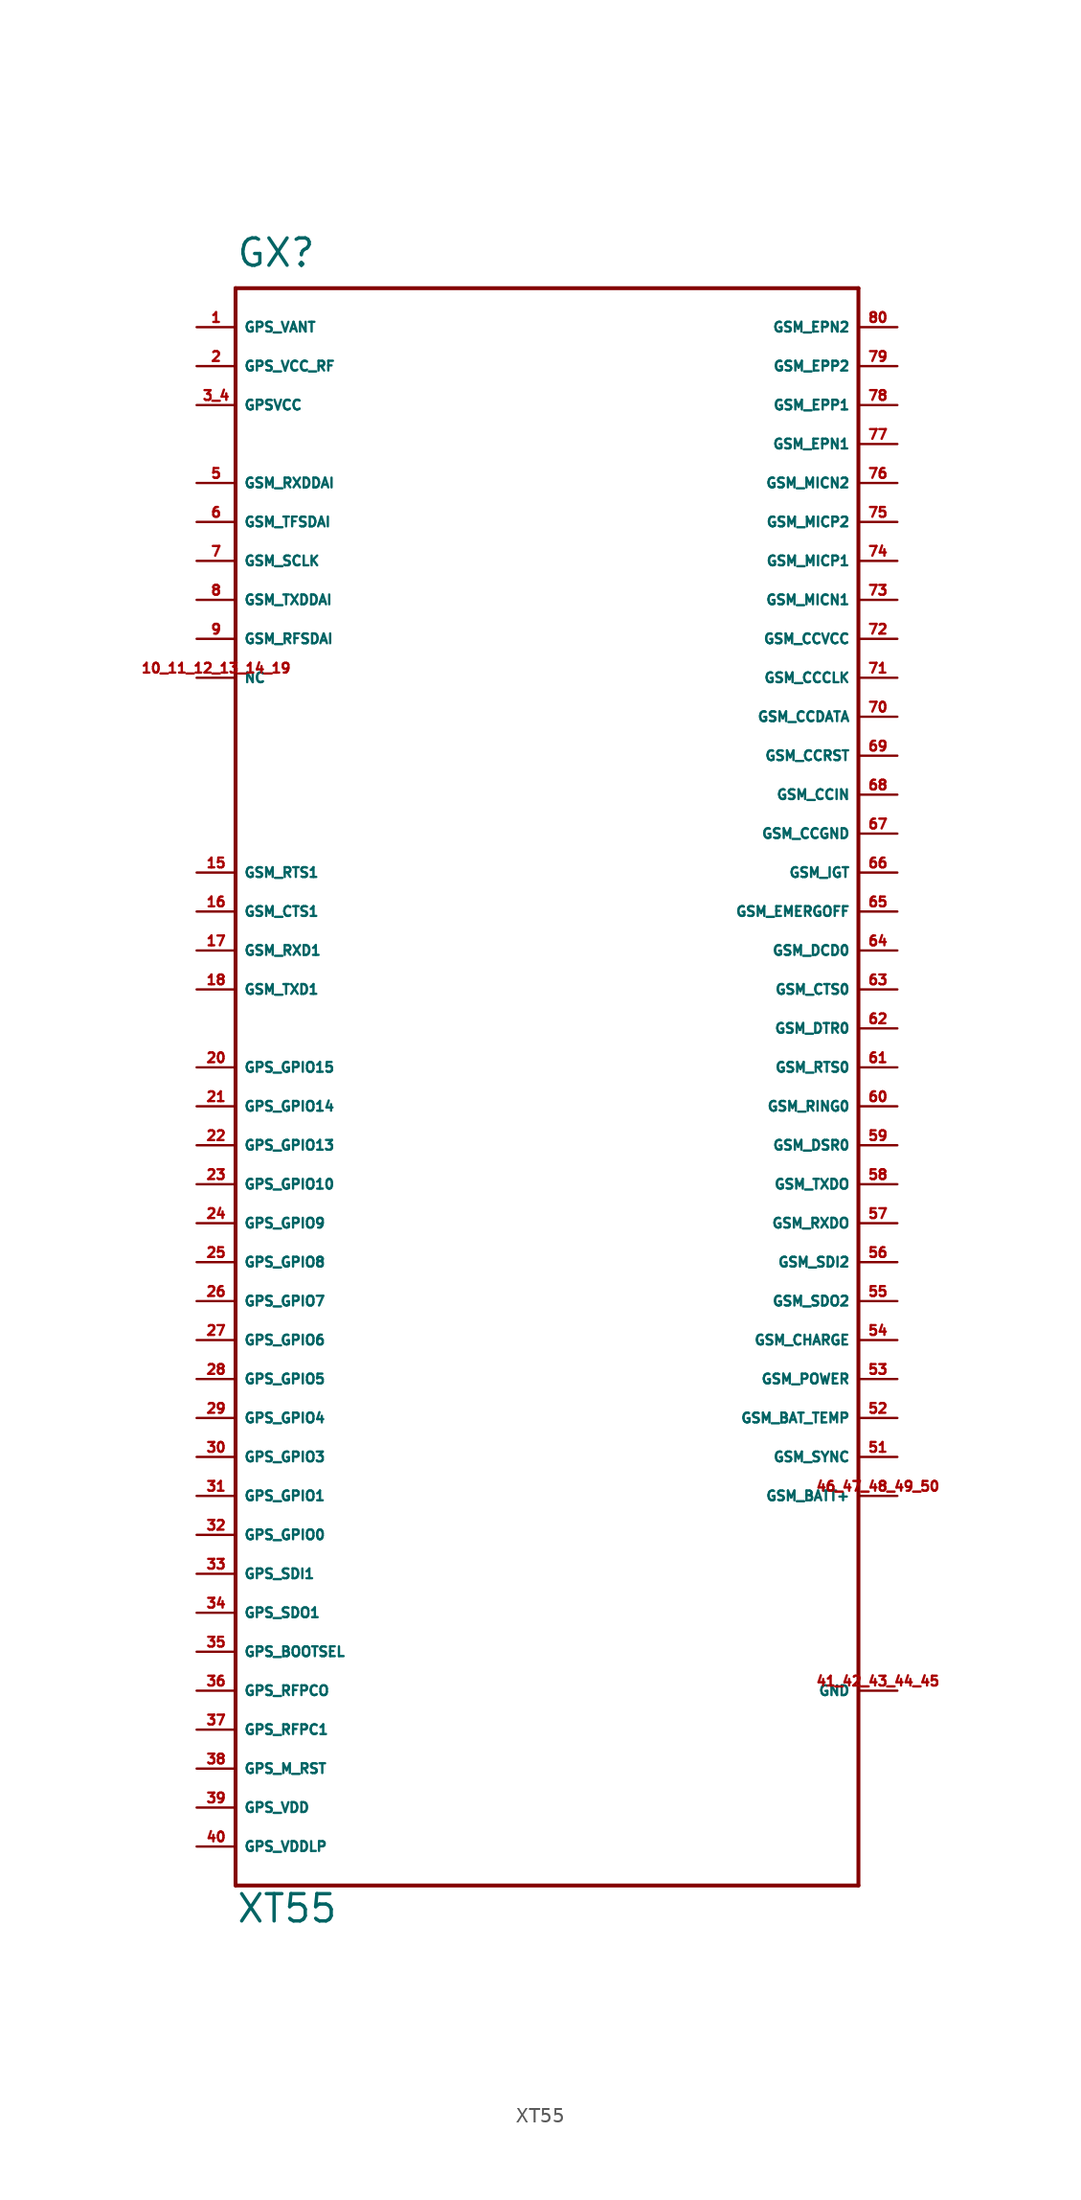
<source format=kicad_sym>
(kicad_symbol_lib
  (version 20220914)
  (generator Eagle2Kicad)
  (symbol "XT55"
    (property "Reference" "GX"
      (at -20.32 52.07 0)
      (effects (font (size 1.778 1.778) (thickness 0.22)) (justify left bottom)))
    (property "Value" "XT55"
      (at -20.32 -55.88 0)
      (effects (font (size 1.778 1.778) (thickness 0.22)) (justify left bottom)))
    (polyline
      (pts (xy -20.32 50.8) (xy 20.32 50.8))
      (stroke (width 0.254) (type default))
      (fill (type none)))
    (polyline
      (pts (xy 20.32 50.8) (xy 20.32 -53.34))
      (stroke (width 0.254) (type default))
      (fill (type none)))
    (polyline
      (pts (xy 20.32 -53.34) (xy -20.32 -53.34))
      (stroke (width 0.254) (type default))
      (fill (type none)))
    (polyline
      (pts (xy -20.32 -53.34) (xy -20.32 50.8))
      (stroke (width 0.254) (type default))
      (fill (type none)))
    (pin passive line
      (at -22.86 48.26 0)
      (length 2.54)
      (name "GPS_VANT" (effects (font (size 0.635 0.635) (thickness 0.08)) (justify left bottom)))
      (number "1" (effects (font (size 0.635 0.635) (thickness 0.08)) (justify left bottom))))
    (pin passive line
      (at -22.86 45.72 0)
      (length 2.54)
      (name "GPS_VCC_RF" (effects (font (size 0.635 0.635) (thickness 0.08)) (justify left bottom)))
      (number "2" (effects (font (size 0.635 0.635) (thickness 0.08)) (justify left bottom))))
    (pin passive line
      (at -22.86 43.18 0)
      (length 2.54)
      (name "GPSVCC" (effects (font (size 0.635 0.635) (thickness 0.08)) (justify left bottom)))
      (number "3 4" (effects (font (size 0.635 0.635) (thickness 0.08)) (justify left bottom))))
    (pin passive line
      (at -22.86 38.1 0)
      (length 2.54)
      (name "GSM_RXDDAI" (effects (font (size 0.635 0.635) (thickness 0.08)) (justify left bottom)))
      (number "5" (effects (font (size 0.635 0.635) (thickness 0.08)) (justify left bottom))))
    (pin passive line
      (at -22.86 35.56 0)
      (length 2.54)
      (name "GSM_TFSDAI" (effects (font (size 0.635 0.635) (thickness 0.08)) (justify left bottom)))
      (number "6" (effects (font (size 0.635 0.635) (thickness 0.08)) (justify left bottom))))
    (pin passive line
      (at -22.86 33.02 0)
      (length 2.54)
      (name "GSM_SCLK" (effects (font (size 0.635 0.635) (thickness 0.08)) (justify left bottom)))
      (number "7" (effects (font (size 0.635 0.635) (thickness 0.08)) (justify left bottom))))
    (pin passive line
      (at -22.86 30.48 0)
      (length 2.54)
      (name "GSM_TXDDAI" (effects (font (size 0.635 0.635) (thickness 0.08)) (justify left bottom)))
      (number "8" (effects (font (size 0.635 0.635) (thickness 0.08)) (justify left bottom))))
    (pin passive line
      (at -22.86 27.94 0)
      (length 2.54)
      (name "GSM_RFSDAI" (effects (font (size 0.635 0.635) (thickness 0.08)) (justify left bottom)))
      (number "9" (effects (font (size 0.635 0.635) (thickness 0.08)) (justify left bottom))))
    (pin passive line
      (at -22.86 25.4 0)
      (length 2.54)
      (name "NC" (effects (font (size 0.635 0.635) (thickness 0.08)) (justify left bottom)))
      (number "10 11 12 13 14 19" (effects (font (size 0.635 0.635) (thickness 0.08)) (justify left bottom))))
    (pin passive line
      (at -22.86 12.7 0)
      (length 2.54)
      (name "GSM_RTS1" (effects (font (size 0.635 0.635) (thickness 0.08)) (justify left bottom)))
      (number "15" (effects (font (size 0.635 0.635) (thickness 0.08)) (justify left bottom))))
    (pin passive line
      (at -22.86 10.16 0)
      (length 2.54)
      (name "GSM_CTS1" (effects (font (size 0.635 0.635) (thickness 0.08)) (justify left bottom)))
      (number "16" (effects (font (size 0.635 0.635) (thickness 0.08)) (justify left bottom))))
    (pin passive line
      (at -22.86 7.62 0)
      (length 2.54)
      (name "GSM_RXD1" (effects (font (size 0.635 0.635) (thickness 0.08)) (justify left bottom)))
      (number "17" (effects (font (size 0.635 0.635) (thickness 0.08)) (justify left bottom))))
    (pin passive line
      (at -22.86 5.08 0)
      (length 2.54)
      (name "GSM_TXD1" (effects (font (size 0.635 0.635) (thickness 0.08)) (justify left bottom)))
      (number "18" (effects (font (size 0.635 0.635) (thickness 0.08)) (justify left bottom))))
    (pin passive line
      (at -22.86 -30.48 0)
      (length 2.54)
      (name "GPS_GPIO0" (effects (font (size 0.635 0.635) (thickness 0.08)) (justify left bottom)))
      (number "32" (effects (font (size 0.635 0.635) (thickness 0.08)) (justify left bottom))))
    (pin passive line
      (at -22.86 -27.94 0)
      (length 2.54)
      (name "GPS_GPIO1" (effects (font (size 0.635 0.635) (thickness 0.08)) (justify left bottom)))
      (number "31" (effects (font (size 0.635 0.635) (thickness 0.08)) (justify left bottom))))
    (pin passive line
      (at -22.86 -25.4 0)
      (length 2.54)
      (name "GPS_GPIO3" (effects (font (size 0.635 0.635) (thickness 0.08)) (justify left bottom)))
      (number "30" (effects (font (size 0.635 0.635) (thickness 0.08)) (justify left bottom))))
    (pin passive line
      (at -22.86 -22.86 0)
      (length 2.54)
      (name "GPS_GPIO4" (effects (font (size 0.635 0.635) (thickness 0.08)) (justify left bottom)))
      (number "29" (effects (font (size 0.635 0.635) (thickness 0.08)) (justify left bottom))))
    (pin passive line
      (at -22.86 -20.32 0)
      (length 2.54)
      (name "GPS_GPIO5" (effects (font (size 0.635 0.635) (thickness 0.08)) (justify left bottom)))
      (number "28" (effects (font (size 0.635 0.635) (thickness 0.08)) (justify left bottom))))
    (pin passive line
      (at -22.86 -17.78 0)
      (length 2.54)
      (name "GPS_GPIO6" (effects (font (size 0.635 0.635) (thickness 0.08)) (justify left bottom)))
      (number "27" (effects (font (size 0.635 0.635) (thickness 0.08)) (justify left bottom))))
    (pin passive line
      (at -22.86 -15.24 0)
      (length 2.54)
      (name "GPS_GPIO7" (effects (font (size 0.635 0.635) (thickness 0.08)) (justify left bottom)))
      (number "26" (effects (font (size 0.635 0.635) (thickness 0.08)) (justify left bottom))))
    (pin passive line
      (at -22.86 -12.7 0)
      (length 2.54)
      (name "GPS_GPIO8" (effects (font (size 0.635 0.635) (thickness 0.08)) (justify left bottom)))
      (number "25" (effects (font (size 0.635 0.635) (thickness 0.08)) (justify left bottom))))
    (pin passive line
      (at -22.86 -10.16 0)
      (length 2.54)
      (name "GPS_GPIO9" (effects (font (size 0.635 0.635) (thickness 0.08)) (justify left bottom)))
      (number "24" (effects (font (size 0.635 0.635) (thickness 0.08)) (justify left bottom))))
    (pin passive line
      (at -22.86 -7.62 0)
      (length 2.54)
      (name "GPS_GPIO10" (effects (font (size 0.635 0.635) (thickness 0.08)) (justify left bottom)))
      (number "23" (effects (font (size 0.635 0.635) (thickness 0.08)) (justify left bottom))))
    (pin passive line
      (at -22.86 -5.08 0)
      (length 2.54)
      (name "GPS_GPIO13" (effects (font (size 0.635 0.635) (thickness 0.08)) (justify left bottom)))
      (number "22" (effects (font (size 0.635 0.635) (thickness 0.08)) (justify left bottom))))
    (pin passive line
      (at -22.86 -2.54 0)
      (length 2.54)
      (name "GPS_GPIO14" (effects (font (size 0.635 0.635) (thickness 0.08)) (justify left bottom)))
      (number "21" (effects (font (size 0.635 0.635) (thickness 0.08)) (justify left bottom))))
    (pin passive line
      (at -22.86 0 0)
      (length 2.54)
      (name "GPS_GPIO15" (effects (font (size 0.635 0.635) (thickness 0.08)) (justify left bottom)))
      (number "20" (effects (font (size 0.635 0.635) (thickness 0.08)) (justify left bottom))))
    (pin passive line
      (at -22.86 -33.02 0)
      (length 2.54)
      (name "GPS_SDI1" (effects (font (size 0.635 0.635) (thickness 0.08)) (justify left bottom)))
      (number "33" (effects (font (size 0.635 0.635) (thickness 0.08)) (justify left bottom))))
    (pin passive line
      (at -22.86 -35.56 0)
      (length 2.54)
      (name "GPS_SDO1" (effects (font (size 0.635 0.635) (thickness 0.08)) (justify left bottom)))
      (number "34" (effects (font (size 0.635 0.635) (thickness 0.08)) (justify left bottom))))
    (pin passive line
      (at -22.86 -38.1 0)
      (length 2.54)
      (name "GPS_BOOTSEL" (effects (font (size 0.635 0.635) (thickness 0.08)) (justify left bottom)))
      (number "35" (effects (font (size 0.635 0.635) (thickness 0.08)) (justify left bottom))))
    (pin passive line
      (at -22.86 -40.64 0)
      (length 2.54)
      (name "GPS_RFPCO" (effects (font (size 0.635 0.635) (thickness 0.08)) (justify left bottom)))
      (number "36" (effects (font (size 0.635 0.635) (thickness 0.08)) (justify left bottom))))
    (pin passive line
      (at -22.86 -43.18 0)
      (length 2.54)
      (name "GPS_RFPC1" (effects (font (size 0.635 0.635) (thickness 0.08)) (justify left bottom)))
      (number "37" (effects (font (size 0.635 0.635) (thickness 0.08)) (justify left bottom))))
    (pin passive line
      (at -22.86 -45.72 0)
      (length 2.54)
      (name "GPS_M_RST" (effects (font (size 0.635 0.635) (thickness 0.08)) (justify left bottom)))
      (number "38" (effects (font (size 0.635 0.635) (thickness 0.08)) (justify left bottom))))
    (pin passive line
      (at -22.86 -48.26 0)
      (length 2.54)
      (name "GPS_VDD" (effects (font (size 0.635 0.635) (thickness 0.08)) (justify left bottom)))
      (number "39" (effects (font (size 0.635 0.635) (thickness 0.08)) (justify left bottom))))
    (pin passive line
      (at -22.86 -50.8 0)
      (length 2.54)
      (name "GPS_VDDLP" (effects (font (size 0.635 0.635) (thickness 0.08)) (justify left bottom)))
      (number "40" (effects (font (size 0.635 0.635) (thickness 0.08)) (justify left bottom))))
    (pin passive line
      (at 22.86 48.26 180)
      (length 2.54)
      (name "GSM_EPN2" (effects (font (size 0.635 0.635) (thickness 0.08)) (justify left bottom)))
      (number "80" (effects (font (size 0.635 0.635) (thickness 0.08)) (justify left bottom))))
    (pin passive line
      (at 22.86 45.72 180)
      (length 2.54)
      (name "GSM_EPP2" (effects (font (size 0.635 0.635) (thickness 0.08)) (justify left bottom)))
      (number "79" (effects (font (size 0.635 0.635) (thickness 0.08)) (justify left bottom))))
    (pin passive line
      (at 22.86 43.18 180)
      (length 2.54)
      (name "GSM_EPP1" (effects (font (size 0.635 0.635) (thickness 0.08)) (justify left bottom)))
      (number "78" (effects (font (size 0.635 0.635) (thickness 0.08)) (justify left bottom))))
    (pin passive line
      (at 22.86 40.64 180)
      (length 2.54)
      (name "GSM_EPN1" (effects (font (size 0.635 0.635) (thickness 0.08)) (justify left bottom)))
      (number "77" (effects (font (size 0.635 0.635) (thickness 0.08)) (justify left bottom))))
    (pin passive line
      (at 22.86 38.1 180)
      (length 2.54)
      (name "GSM_MICN2" (effects (font (size 0.635 0.635) (thickness 0.08)) (justify left bottom)))
      (number "76" (effects (font (size 0.635 0.635) (thickness 0.08)) (justify left bottom))))
    (pin passive line
      (at 22.86 30.48 180)
      (length 2.54)
      (name "GSM_MICN1" (effects (font (size 0.635 0.635) (thickness 0.08)) (justify left bottom)))
      (number "73" (effects (font (size 0.635 0.635) (thickness 0.08)) (justify left bottom))))
    (pin passive line
      (at 22.86 35.56 180)
      (length 2.54)
      (name "GSM_MICP2" (effects (font (size 0.635 0.635) (thickness 0.08)) (justify left bottom)))
      (number "75" (effects (font (size 0.635 0.635) (thickness 0.08)) (justify left bottom))))
    (pin passive line
      (at 22.86 33.02 180)
      (length 2.54)
      (name "GSM_MICP1" (effects (font (size 0.635 0.635) (thickness 0.08)) (justify left bottom)))
      (number "74" (effects (font (size 0.635 0.635) (thickness 0.08)) (justify left bottom))))
    (pin passive line
      (at 22.86 27.94 180)
      (length 2.54)
      (name "GSM_CCVCC" (effects (font (size 0.635 0.635) (thickness 0.08)) (justify left bottom)))
      (number "72" (effects (font (size 0.635 0.635) (thickness 0.08)) (justify left bottom))))
    (pin passive line
      (at 22.86 25.4 180)
      (length 2.54)
      (name "GSM_CCCLK" (effects (font (size 0.635 0.635) (thickness 0.08)) (justify left bottom)))
      (number "71" (effects (font (size 0.635 0.635) (thickness 0.08)) (justify left bottom))))
    (pin passive line
      (at 22.86 22.86 180)
      (length 2.54)
      (name "GSM_CCDATA" (effects (font (size 0.635 0.635) (thickness 0.08)) (justify left bottom)))
      (number "70" (effects (font (size 0.635 0.635) (thickness 0.08)) (justify left bottom))))
    (pin passive line
      (at 22.86 20.32 180)
      (length 2.54)
      (name "GSM_CCRST" (effects (font (size 0.635 0.635) (thickness 0.08)) (justify left bottom)))
      (number "69" (effects (font (size 0.635 0.635) (thickness 0.08)) (justify left bottom))))
    (pin passive line
      (at 22.86 17.78 180)
      (length 2.54)
      (name "GSM_CCIN" (effects (font (size 0.635 0.635) (thickness 0.08)) (justify left bottom)))
      (number "68" (effects (font (size 0.635 0.635) (thickness 0.08)) (justify left bottom))))
    (pin passive line
      (at 22.86 15.24 180)
      (length 2.54)
      (name "GSM_CCGND" (effects (font (size 0.635 0.635) (thickness 0.08)) (justify left bottom)))
      (number "67" (effects (font (size 0.635 0.635) (thickness 0.08)) (justify left bottom))))
    (pin passive line
      (at 22.86 12.7 180)
      (length 2.54)
      (name "GSM_IGT" (effects (font (size 0.635 0.635) (thickness 0.08)) (justify left bottom)))
      (number "66" (effects (font (size 0.635 0.635) (thickness 0.08)) (justify left bottom))))
    (pin passive line
      (at 22.86 10.16 180)
      (length 2.54)
      (name "GSM_EMERGOFF" (effects (font (size 0.635 0.635) (thickness 0.08)) (justify left bottom)))
      (number "65" (effects (font (size 0.635 0.635) (thickness 0.08)) (justify left bottom))))
    (pin passive line
      (at 22.86 7.62 180)
      (length 2.54)
      (name "GSM_DCD0" (effects (font (size 0.635 0.635) (thickness 0.08)) (justify left bottom)))
      (number "64" (effects (font (size 0.635 0.635) (thickness 0.08)) (justify left bottom))))
    (pin passive line
      (at 22.86 5.08 180)
      (length 2.54)
      (name "GSM_CTS0" (effects (font (size 0.635 0.635) (thickness 0.08)) (justify left bottom)))
      (number "63" (effects (font (size 0.635 0.635) (thickness 0.08)) (justify left bottom))))
    (pin passive line
      (at 22.86 2.54 180)
      (length 2.54)
      (name "GSM_DTR0" (effects (font (size 0.635 0.635) (thickness 0.08)) (justify left bottom)))
      (number "62" (effects (font (size 0.635 0.635) (thickness 0.08)) (justify left bottom))))
    (pin passive line
      (at 22.86 0 180)
      (length 2.54)
      (name "GSM_RTS0" (effects (font (size 0.635 0.635) (thickness 0.08)) (justify left bottom)))
      (number "61" (effects (font (size 0.635 0.635) (thickness 0.08)) (justify left bottom))))
    (pin passive line
      (at 22.86 -2.54 180)
      (length 2.54)
      (name "GSM_RING0" (effects (font (size 0.635 0.635) (thickness 0.08)) (justify left bottom)))
      (number "60" (effects (font (size 0.635 0.635) (thickness 0.08)) (justify left bottom))))
    (pin passive line
      (at 22.86 -5.08 180)
      (length 2.54)
      (name "GSM_DSR0" (effects (font (size 0.635 0.635) (thickness 0.08)) (justify left bottom)))
      (number "59" (effects (font (size 0.635 0.635) (thickness 0.08)) (justify left bottom))))
    (pin passive line
      (at 22.86 -7.62 180)
      (length 2.54)
      (name "GSM_TXDO" (effects (font (size 0.635 0.635) (thickness 0.08)) (justify left bottom)))
      (number "58" (effects (font (size 0.635 0.635) (thickness 0.08)) (justify left bottom))))
    (pin passive line
      (at 22.86 -10.16 180)
      (length 2.54)
      (name "GSM_RXDO" (effects (font (size 0.635 0.635) (thickness 0.08)) (justify left bottom)))
      (number "57" (effects (font (size 0.635 0.635) (thickness 0.08)) (justify left bottom))))
    (pin passive line
      (at 22.86 -12.7 180)
      (length 2.54)
      (name "GSM_SDI2" (effects (font (size 0.635 0.635) (thickness 0.08)) (justify left bottom)))
      (number "56" (effects (font (size 0.635 0.635) (thickness 0.08)) (justify left bottom))))
    (pin passive line
      (at 22.86 -15.24 180)
      (length 2.54)
      (name "GSM_SDO2" (effects (font (size 0.635 0.635) (thickness 0.08)) (justify left bottom)))
      (number "55" (effects (font (size 0.635 0.635) (thickness 0.08)) (justify left bottom))))
    (pin passive line
      (at 22.86 -17.78 180)
      (length 2.54)
      (name "GSM_CHARGE" (effects (font (size 0.635 0.635) (thickness 0.08)) (justify left bottom)))
      (number "54" (effects (font (size 0.635 0.635) (thickness 0.08)) (justify left bottom))))
    (pin passive line
      (at 22.86 -20.32 180)
      (length 2.54)
      (name "GSM_POWER" (effects (font (size 0.635 0.635) (thickness 0.08)) (justify left bottom)))
      (number "53" (effects (font (size 0.635 0.635) (thickness 0.08)) (justify left bottom))))
    (pin passive line
      (at 22.86 -22.86 180)
      (length 2.54)
      (name "GSM_BAT_TEMP" (effects (font (size 0.635 0.635) (thickness 0.08)) (justify left bottom)))
      (number "52" (effects (font (size 0.635 0.635) (thickness 0.08)) (justify left bottom))))
    (pin passive line
      (at 22.86 -25.4 180)
      (length 2.54)
      (name "GSM_SYNC" (effects (font (size 0.635 0.635) (thickness 0.08)) (justify left bottom)))
      (number "51" (effects (font (size 0.635 0.635) (thickness 0.08)) (justify left bottom))))
    (pin passive line
      (at 22.86 -27.94 180)
      (length 2.54)
      (name "GSM_BATT+" (effects (font (size 0.635 0.635) (thickness 0.08)) (justify left bottom)))
      (number "46 47 48 49 50" (effects (font (size 0.635 0.635) (thickness 0.08)) (justify left bottom))))
    (pin passive line
      (at 22.86 -40.64 180)
      (length 2.54)
      (name "GND" (effects (font (size 0.635 0.635) (thickness 0.08)) (justify left bottom)))
      (number "41 42 43 44 45" (effects (font (size 0.635 0.635) (thickness 0.08)) (justify left bottom))))))
</source>
